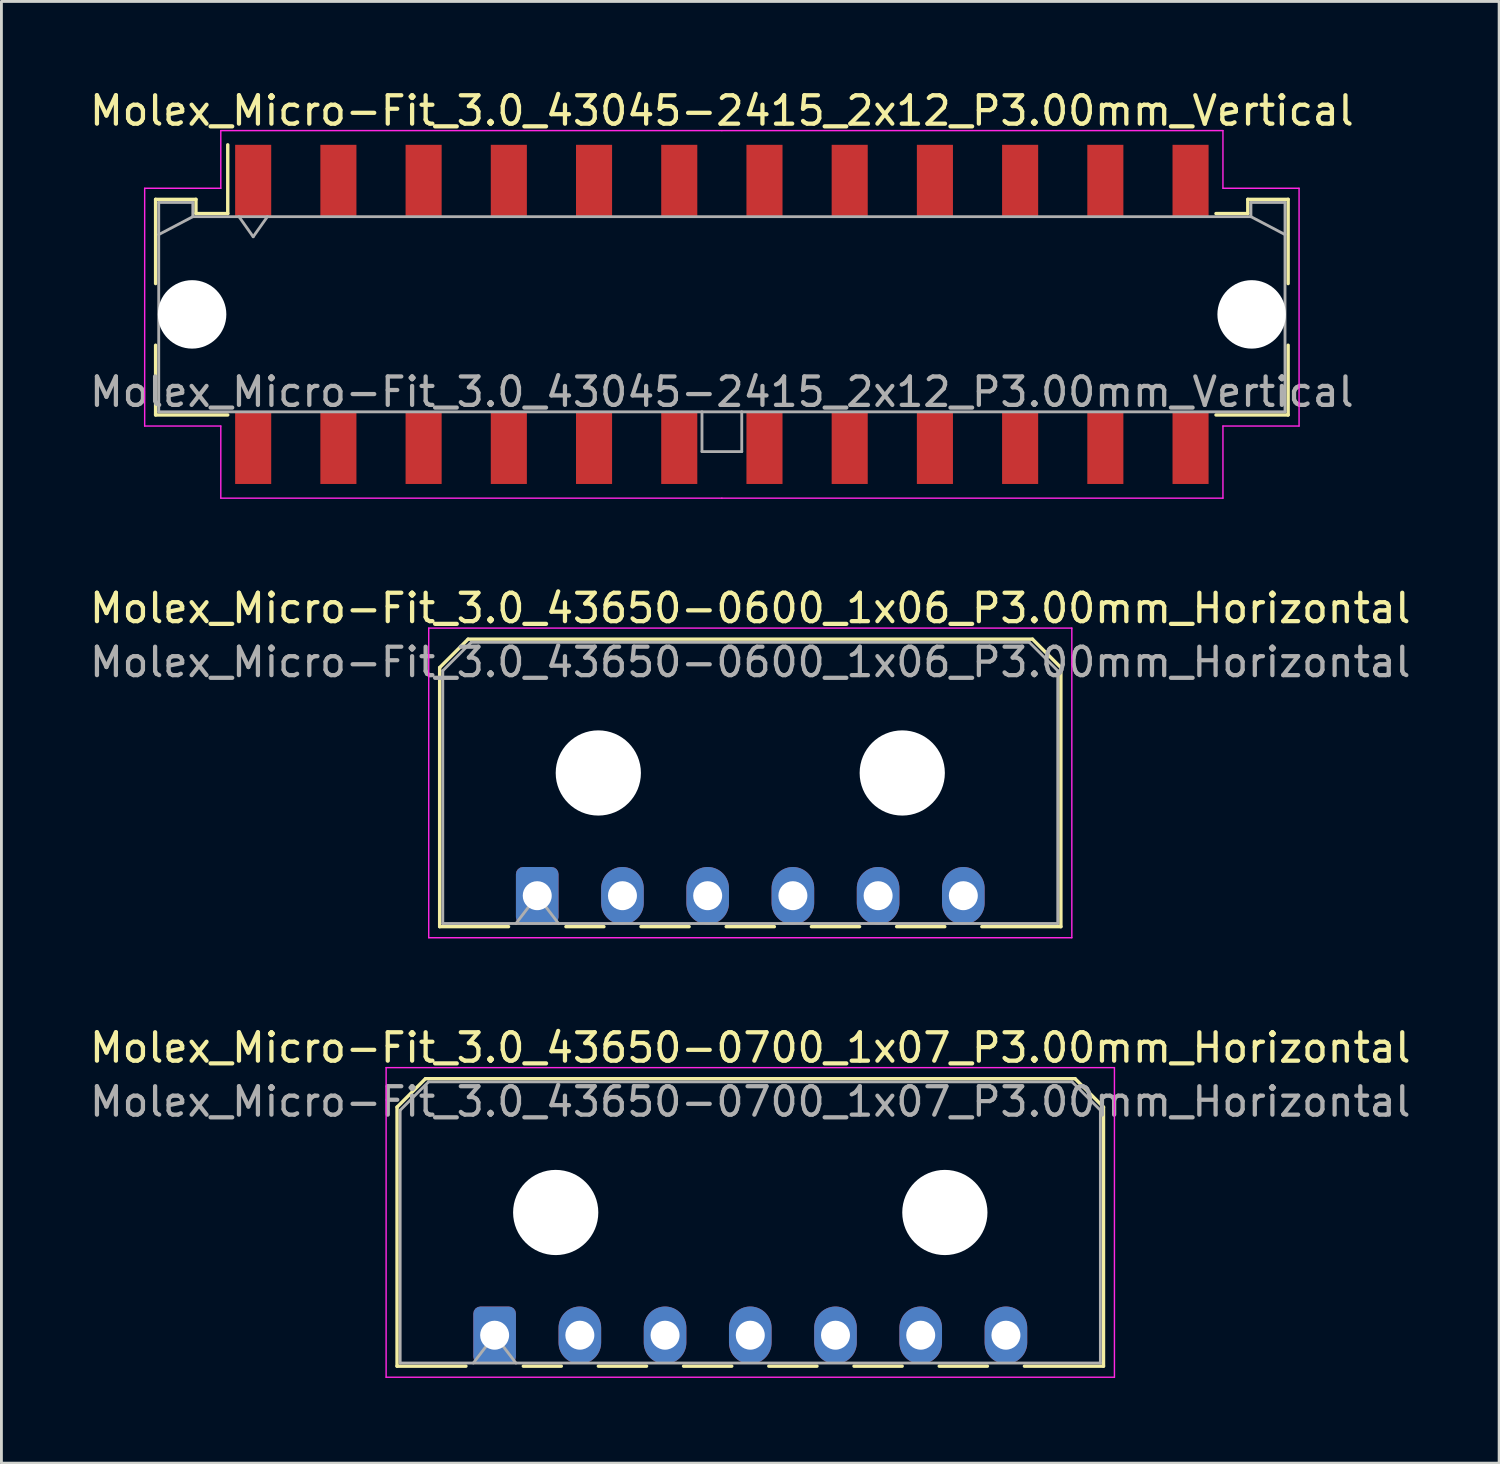
<source format=kicad_pcb>
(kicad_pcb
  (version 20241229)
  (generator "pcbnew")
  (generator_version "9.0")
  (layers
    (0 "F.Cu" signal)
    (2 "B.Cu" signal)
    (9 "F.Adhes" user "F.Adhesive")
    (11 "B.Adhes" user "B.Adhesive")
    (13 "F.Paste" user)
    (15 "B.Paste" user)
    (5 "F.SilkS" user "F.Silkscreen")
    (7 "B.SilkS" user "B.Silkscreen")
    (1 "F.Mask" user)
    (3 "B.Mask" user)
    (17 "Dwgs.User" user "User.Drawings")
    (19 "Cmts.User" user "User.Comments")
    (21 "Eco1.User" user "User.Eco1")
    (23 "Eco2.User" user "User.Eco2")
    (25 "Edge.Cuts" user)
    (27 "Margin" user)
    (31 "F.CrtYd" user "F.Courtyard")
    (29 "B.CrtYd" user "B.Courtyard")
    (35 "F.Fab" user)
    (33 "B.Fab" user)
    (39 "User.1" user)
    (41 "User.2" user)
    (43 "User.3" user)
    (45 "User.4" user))
  (footprint "Molex_Micro-Fit_3.0_43650-0600_1x06_P3.00mm_Horizontal"
    (layer "F.Cu")
    (at 15.863 28.482)
    (property "Reference" "Molex_Micro-Fit_3.0_43650-0600_1x06_P3.00mm_Horizontal" (at 7.5 -10.12 0) (layer "F.SilkS") (effects (font (size 1 1) (thickness 0.15))))
    (attr through_hole)
    (fp_line (start -3.435 -8.03) (end -2.435 -9.03) (stroke (width 0.12) (type solid)) (layer "F.SilkS"))
    (fp_line (start -3.435 1.09) (end -3.435 -8.03) (stroke (width 0.12) (type solid)) (layer "F.SilkS"))
    (fp_line (start -3.435 1.09) (end -1.01 1.09) (stroke (width 0.12) (type solid)) (layer "F.SilkS"))
    (fp_line (start -2.435 -9.03) (end 17.435 -9.03) (stroke (width 0.12) (type solid)) (layer "F.SilkS"))
    (fp_line (start 1.01 1.09) (end 2.348 1.09) (stroke (width 0.12) (type solid)) (layer "F.SilkS"))
    (fp_line (start 3.652 1.09) (end 5.348 1.09) (stroke (width 0.12) (type solid)) (layer "F.SilkS"))
    (fp_line (start 6.652 1.09) (end 8.348 1.09) (stroke (width 0.12) (type solid)) (layer "F.SilkS"))
    (fp_line (start 9.652 1.09) (end 11.348 1.09) (stroke (width 0.12) (type solid)) (layer "F.SilkS"))
    (fp_line (start 12.652 1.09) (end 14.348 1.09) (stroke (width 0.12) (type solid)) (layer "F.SilkS"))
    (fp_line (start 17.435 -9.03) (end 18.435 -8.03) (stroke (width 0.12) (type solid)) (layer "F.SilkS"))
    (fp_line (start 18.435 -8.03) (end 18.435 1.09) (stroke (width 0.12) (type solid)) (layer "F.SilkS"))
    (fp_line (start 18.435 1.09) (end 15.652 1.09) (stroke (width 0.12) (type solid)) (layer "F.SilkS"))
    (fp_line (start -3.82 -9.42) (end 18.82 -9.42) (stroke (width 0.05) (type solid)) (layer "F.CrtYd"))
    (fp_line (start -3.82 1.48) (end -3.82 -9.42) (stroke (width 0.05) (type solid)) (layer "F.CrtYd"))
    (fp_line (start 18.82 -9.42) (end 18.82 1.48) (stroke (width 0.05) (type solid)) (layer "F.CrtYd"))
    (fp_line (start 18.82 1.48) (end -3.82 1.48) (stroke (width 0.05) (type solid)) (layer "F.CrtYd"))
    (fp_line (start -3.325 -7.92) (end -2.325 -8.92) (stroke (width 0.1) (type solid)) (layer "F.Fab"))
    (fp_line (start -3.325 0.98) (end -3.325 -7.92) (stroke (width 0.1) (type solid)) (layer "F.Fab"))
    (fp_line (start -2.325 -8.92) (end 17.325 -8.92) (stroke (width 0.1) (type solid)) (layer "F.Fab"))
    (fp_line (start -0.75 0.98) (end 0 0) (stroke (width 0.1) (type solid)) (layer "F.Fab"))
    (fp_line (start 0 0) (end 0.75 0.98) (stroke (width 0.1) (type solid)) (layer "F.Fab"))
    (fp_line (start 17.325 -8.92) (end 18.325 -7.92) (stroke (width 0.1) (type solid)) (layer "F.Fab"))
    (fp_line (start 18.325 -7.92) (end 18.325 0.98) (stroke (width 0.1) (type solid)) (layer "F.Fab"))
    (fp_line (start 18.325 0.98) (end -3.325 0.98) (stroke (width 0.1) (type solid)) (layer "F.Fab"))
    (fp_text user "${REFERENCE}" (at 7.5 -8.22 0) (layer "F.Fab") (effects (font (size 1 1) (thickness 0.15))))
    (pad "" np_thru_hole circle (at 2.15 -4.32) (size 3 3) (drill 3) (layers "*.Cu" "*.Mask"))
    (pad "" np_thru_hole circle (at 12.85 -4.32) (size 3 3) (drill 3) (layers "*.Cu" "*.Mask"))
    (pad "1" thru_hole roundrect (at 0 0) (size 1.5 2.02) (drill 1.02) (layers "*.Cu" "*.Mask") (roundrect_rratio 0.167))
    (pad "2" thru_hole oval (at 3 0) (size 1.5 2.02) (drill 1.02) (layers "*.Cu" "*.Mask"))
    (pad "3" thru_hole oval (at 6 0) (size 1.5 2.02) (drill 1.02) (layers "*.Cu" "*.Mask"))
    (pad "4" thru_hole oval (at 9 0) (size 1.5 2.02) (drill 1.02) (layers "*.Cu" "*.Mask"))
    (pad "5" thru_hole oval (at 12 0) (size 1.5 2.02) (drill 1.02) (layers "*.Cu" "*.Mask"))
    (pad "6" thru_hole oval (at 15 0) (size 1.5 2.02) (drill 1.02) (layers "*.Cu" "*.Mask")))
  (footprint "Molex_Micro-Fit_3.0_43650-0700_1x07_P3.00mm_Horizontal"
    (layer "F.Cu")
    (at 14.363 43.955)
    (property "Reference" "Molex_Micro-Fit_3.0_43650-0700_1x07_P3.00mm_Horizontal" (at 9 -10.12 0) (layer "F.SilkS") (effects (font (size 1 1) (thickness 0.15))))
    (attr through_hole)
    (fp_line (start -3.435 -8.03) (end -2.435 -9.03) (stroke (width 0.12) (type solid)) (layer "F.SilkS"))
    (fp_line (start -3.435 1.09) (end -3.435 -8.03) (stroke (width 0.12) (type solid)) (layer "F.SilkS"))
    (fp_line (start -3.435 1.09) (end -1.01 1.09) (stroke (width 0.12) (type solid)) (layer "F.SilkS"))
    (fp_line (start -2.435 -9.03) (end 20.435 -9.03) (stroke (width 0.12) (type solid)) (layer "F.SilkS"))
    (fp_line (start 1.01 1.09) (end 2.348 1.09) (stroke (width 0.12) (type solid)) (layer "F.SilkS"))
    (fp_line (start 3.652 1.09) (end 5.348 1.09) (stroke (width 0.12) (type solid)) (layer "F.SilkS"))
    (fp_line (start 6.652 1.09) (end 8.348 1.09) (stroke (width 0.12) (type solid)) (layer "F.SilkS"))
    (fp_line (start 9.652 1.09) (end 11.348 1.09) (stroke (width 0.12) (type solid)) (layer "F.SilkS"))
    (fp_line (start 12.652 1.09) (end 14.348 1.09) (stroke (width 0.12) (type solid)) (layer "F.SilkS"))
    (fp_line (start 15.652 1.09) (end 17.348 1.09) (stroke (width 0.12) (type solid)) (layer "F.SilkS"))
    (fp_line (start 20.435 -9.03) (end 21.435 -8.03) (stroke (width 0.12) (type solid)) (layer "F.SilkS"))
    (fp_line (start 21.435 -8.03) (end 21.435 1.09) (stroke (width 0.12) (type solid)) (layer "F.SilkS"))
    (fp_line (start 21.435 1.09) (end 18.652 1.09) (stroke (width 0.12) (type solid)) (layer "F.SilkS"))
    (fp_line (start -3.82 -9.42) (end 21.82 -9.42) (stroke (width 0.05) (type solid)) (layer "F.CrtYd"))
    (fp_line (start -3.82 1.48) (end -3.82 -9.42) (stroke (width 0.05) (type solid)) (layer "F.CrtYd"))
    (fp_line (start 21.82 -9.42) (end 21.82 1.48) (stroke (width 0.05) (type solid)) (layer "F.CrtYd"))
    (fp_line (start 21.82 1.48) (end -3.82 1.48) (stroke (width 0.05) (type solid)) (layer "F.CrtYd"))
    (fp_line (start -3.325 -7.92) (end -2.325 -8.92) (stroke (width 0.1) (type solid)) (layer "F.Fab"))
    (fp_line (start -3.325 0.98) (end -3.325 -7.92) (stroke (width 0.1) (type solid)) (layer "F.Fab"))
    (fp_line (start -2.325 -8.92) (end 20.325 -8.92) (stroke (width 0.1) (type solid)) (layer "F.Fab"))
    (fp_line (start -0.75 0.98) (end 0 0) (stroke (width 0.1) (type solid)) (layer "F.Fab"))
    (fp_line (start 0 0) (end 0.75 0.98) (stroke (width 0.1) (type solid)) (layer "F.Fab"))
    (fp_line (start 20.325 -8.92) (end 21.325 -7.92) (stroke (width 0.1) (type solid)) (layer "F.Fab"))
    (fp_line (start 21.325 -7.92) (end 21.325 0.98) (stroke (width 0.1) (type solid)) (layer "F.Fab"))
    (fp_line (start 21.325 0.98) (end -3.325 0.98) (stroke (width 0.1) (type solid)) (layer "F.Fab"))
    (fp_text user "${REFERENCE}" (at 9 -8.22 0) (layer "F.Fab") (effects (font (size 1 1) (thickness 0.15))))
    (pad "" np_thru_hole circle (at 2.15 -4.32) (size 3 3) (drill 3) (layers "*.Cu" "*.Mask"))
    (pad "" np_thru_hole circle (at 15.85 -4.32) (size 3 3) (drill 3) (layers "*.Cu" "*.Mask"))
    (pad "1" thru_hole roundrect (at 0 0) (size 1.5 2.02) (drill 1.02) (layers "*.Cu" "*.Mask") (roundrect_rratio 0.167))
    (pad "2" thru_hole oval (at 3 0) (size 1.5 2.02) (drill 1.02) (layers "*.Cu" "*.Mask"))
    (pad "3" thru_hole oval (at 6 0) (size 1.5 2.02) (drill 1.02) (layers "*.Cu" "*.Mask"))
    (pad "4" thru_hole oval (at 9 0) (size 1.5 2.02) (drill 1.02) (layers "*.Cu" "*.Mask"))
    (pad "5" thru_hole oval (at 12 0) (size 1.5 2.02) (drill 1.02) (layers "*.Cu" "*.Mask"))
    (pad "6" thru_hole oval (at 15 0) (size 1.5 2.02) (drill 1.02) (layers "*.Cu" "*.Mask"))
    (pad "7" thru_hole oval (at 18 0) (size 1.5 2.02) (drill 1.02) (layers "*.Cu" "*.Mask")))
  (footprint "Molex_Micro-Fit_3.0_43045-2415_2x12_P3.00mm_Vertical"
    (layer "F.Cu")
    (at 22.363 8.018)
    (property "Reference" "Molex_Micro-Fit_3.0_43045-2415_2x12_P3.00mm_Vertical" (at 0 -7.17 0) (layer "F.SilkS") (effects (font (size 1 1) (thickness 0.15))))
    (attr smd)
    (fp_line (start -19.935 -4.05) (end -18.515 -4.05) (stroke (width 0.12) (type solid)) (layer "F.SilkS"))
    (fp_line (start -19.935 -1.085) (end -19.935 -4.05) (stroke (width 0.12) (type solid)) (layer "F.SilkS"))
    (fp_line (start -19.935 1.085) (end -19.935 3.54) (stroke (width 0.12) (type solid)) (layer "F.SilkS"))
    (fp_line (start -19.935 3.54) (end -17.395 3.54) (stroke (width 0.12) (type solid)) (layer "F.SilkS"))
    (fp_line (start -18.515 -4.05) (end -18.515 -3.55) (stroke (width 0.12) (type solid)) (layer "F.SilkS"))
    (fp_line (start -18.515 -3.55) (end -17.395 -3.55) (stroke (width 0.12) (type solid)) (layer "F.SilkS"))
    (fp_line (start -17.395 -3.55) (end -17.395 -5.97) (stroke (width 0.12) (type solid)) (layer "F.SilkS"))
    (fp_line (start 18.515 -4.05) (end 18.515 -3.55) (stroke (width 0.12) (type solid)) (layer "F.SilkS"))
    (fp_line (start 18.515 -3.55) (end 17.395 -3.55) (stroke (width 0.12) (type solid)) (layer "F.SilkS"))
    (fp_line (start 19.935 -4.05) (end 18.515 -4.05) (stroke (width 0.12) (type solid)) (layer "F.SilkS"))
    (fp_line (start 19.935 -1.085) (end 19.935 -4.05) (stroke (width 0.12) (type solid)) (layer "F.SilkS"))
    (fp_line (start 19.935 1.085) (end 19.935 3.54) (stroke (width 0.12) (type solid)) (layer "F.SilkS"))
    (fp_line (start 19.935 3.54) (end 17.395 3.54) (stroke (width 0.12) (type solid)) (layer "F.SilkS"))
    (fp_line (start -20.32 -4.44) (end -20.32 3.93) (stroke (width 0.05) (type solid)) (layer "F.CrtYd"))
    (fp_line (start -20.32 3.93) (end -17.64 3.93) (stroke (width 0.05) (type solid)) (layer "F.CrtYd"))
    (fp_line (start -17.64 -6.47) (end -17.64 -4.44) (stroke (width 0.05) (type solid)) (layer "F.CrtYd"))
    (fp_line (start -17.64 -4.44) (end -20.32 -4.44) (stroke (width 0.05) (type solid)) (layer "F.CrtYd"))
    (fp_line (start -17.64 3.93) (end -17.64 6.47) (stroke (width 0.05) (type solid)) (layer "F.CrtYd"))
    (fp_line (start -17.64 6.47) (end 0 6.47) (stroke (width 0.05) (type solid)) (layer "F.CrtYd"))
    (fp_line (start 0 -6.47) (end -17.64 -6.47) (stroke (width 0.05) (type solid)) (layer "F.CrtYd"))
    (fp_line (start 0 -6.47) (end 17.64 -6.47) (stroke (width 0.05) (type solid)) (layer "F.CrtYd"))
    (fp_line (start 17.64 -6.47) (end 17.64 -4.44) (stroke (width 0.05) (type solid)) (layer "F.CrtYd"))
    (fp_line (start 17.64 -4.44) (end 20.32 -4.44) (stroke (width 0.05) (type solid)) (layer "F.CrtYd"))
    (fp_line (start 17.64 3.93) (end 17.64 6.47) (stroke (width 0.05) (type solid)) (layer "F.CrtYd"))
    (fp_line (start 17.64 6.47) (end 0 6.47) (stroke (width 0.05) (type solid)) (layer "F.CrtYd"))
    (fp_line (start 20.32 -4.44) (end 20.32 3.93) (stroke (width 0.05) (type solid)) (layer "F.CrtYd"))
    (fp_line (start 20.32 3.93) (end 17.64 3.93) (stroke (width 0.05) (type solid)) (layer "F.CrtYd"))
    (fp_line (start -19.825 -3.94) (end -19.825 3.43) (stroke (width 0.1) (type solid)) (layer "F.Fab"))
    (fp_line (start -19.825 -2.81) (end -18.625 -3.44) (stroke (width 0.1) (type solid)) (layer "F.Fab"))
    (fp_line (start -19.825 3.43) (end 19.825 3.43) (stroke (width 0.1) (type solid)) (layer "F.Fab"))
    (fp_line (start -18.625 -3.94) (end -19.825 -3.94) (stroke (width 0.1) (type solid)) (layer "F.Fab"))
    (fp_line (start -18.625 -3.44) (end -18.625 -3.94) (stroke (width 0.1) (type solid)) (layer "F.Fab"))
    (fp_line (start -17 -3.44) (end -16.5 -2.733) (stroke (width 0.1) (type solid)) (layer "F.Fab"))
    (fp_line (start -16.5 -2.733) (end -16 -3.44) (stroke (width 0.1) (type solid)) (layer "F.Fab"))
    (fp_line (start -0.7 3.43) (end -0.7 4.83) (stroke (width 0.1) (type solid)) (layer "F.Fab"))
    (fp_line (start -0.7 4.83) (end 0.7 4.83) (stroke (width 0.1) (type solid)) (layer "F.Fab"))
    (fp_line (start 0.7 4.83) (end 0.7 3.43) (stroke (width 0.1) (type solid)) (layer "F.Fab"))
    (fp_line (start 18.625 -3.94) (end 18.625 -3.44) (stroke (width 0.1) (type solid)) (layer "F.Fab"))
    (fp_line (start 18.625 -3.44) (end -18.625 -3.44) (stroke (width 0.1) (type solid)) (layer "F.Fab"))
    (fp_line (start 19.825 -3.94) (end 18.625 -3.94) (stroke (width 0.1) (type solid)) (layer "F.Fab"))
    (fp_line (start 19.825 -2.81) (end 18.625 -3.44) (stroke (width 0.1) (type solid)) (layer "F.Fab"))
    (fp_line (start 19.825 3.43) (end 19.825 -3.94) (stroke (width 0.1) (type solid)) (layer "F.Fab"))
    (fp_text user "${REFERENCE}" (at 0 2.73 0) (layer "F.Fab") (effects (font (size 1 1) (thickness 0.15))))
    (pad "" np_thru_hole circle (at -18.65 0) (size 2.41 2.41) (drill 2.41) (layers "*.Cu" "*.Mask"))
    (pad "" np_thru_hole circle (at 18.65 0) (size 2.41 2.41) (drill 2.41) (layers "*.Cu" "*.Mask"))
    (pad "1" smd rect (at -16.5 -4.7) (size 1.27 2.54) (layers "F.Cu" "F.Mask" "F.Paste"))
    (pad "2" smd rect (at -13.5 -4.7) (size 1.27 2.54) (layers "F.Cu" "F.Mask" "F.Paste"))
    (pad "3" smd rect (at -10.5 -4.7) (size 1.27 2.54) (layers "F.Cu" "F.Mask" "F.Paste"))
    (pad "4" smd rect (at -7.5 -4.7) (size 1.27 2.54) (layers "F.Cu" "F.Mask" "F.Paste"))
    (pad "5" smd rect (at -4.5 -4.7) (size 1.27 2.54) (layers "F.Cu" "F.Mask" "F.Paste"))
    (pad "6" smd rect (at -1.5 -4.7) (size 1.27 2.54) (layers "F.Cu" "F.Mask" "F.Paste"))
    (pad "7" smd rect (at 1.5 -4.7) (size 1.27 2.54) (layers "F.Cu" "F.Mask" "F.Paste"))
    (pad "8" smd rect (at 4.5 -4.7) (size 1.27 2.54) (layers "F.Cu" "F.Mask" "F.Paste"))
    (pad "9" smd rect (at 7.5 -4.7) (size 1.27 2.54) (layers "F.Cu" "F.Mask" "F.Paste"))
    (pad "10" smd rect (at 10.5 -4.7) (size 1.27 2.54) (layers "F.Cu" "F.Mask" "F.Paste"))
    (pad "11" smd rect (at 13.5 -4.7) (size 1.27 2.54) (layers "F.Cu" "F.Mask" "F.Paste"))
    (pad "12" smd rect (at 16.5 -4.7) (size 1.27 2.54) (layers "F.Cu" "F.Mask" "F.Paste"))
    (pad "13" smd rect (at -16.5 4.7) (size 1.27 2.54) (layers "F.Cu" "F.Mask" "F.Paste"))
    (pad "14" smd rect (at -13.5 4.7) (size 1.27 2.54) (layers "F.Cu" "F.Mask" "F.Paste"))
    (pad "15" smd rect (at -10.5 4.7) (size 1.27 2.54) (layers "F.Cu" "F.Mask" "F.Paste"))
    (pad "16" smd rect (at -7.5 4.7) (size 1.27 2.54) (layers "F.Cu" "F.Mask" "F.Paste"))
    (pad "17" smd rect (at -4.5 4.7) (size 1.27 2.54) (layers "F.Cu" "F.Mask" "F.Paste"))
    (pad "18" smd rect (at -1.5 4.7) (size 1.27 2.54) (layers "F.Cu" "F.Mask" "F.Paste"))
    (pad "19" smd rect (at 1.5 4.7) (size 1.27 2.54) (layers "F.Cu" "F.Mask" "F.Paste"))
    (pad "20" smd rect (at 4.5 4.7) (size 1.27 2.54) (layers "F.Cu" "F.Mask" "F.Paste"))
    (pad "21" smd rect (at 7.5 4.7) (size 1.27 2.54) (layers "F.Cu" "F.Mask" "F.Paste"))
    (pad "22" smd rect (at 10.5 4.7) (size 1.27 2.54) (layers "F.Cu" "F.Mask" "F.Paste"))
    (pad "23" smd rect (at 13.5 4.7) (size 1.27 2.54) (layers "F.Cu" "F.Mask" "F.Paste"))
    (pad "24" smd rect (at 16.5 4.7) (size 1.27 2.54) (layers "F.Cu" "F.Mask" "F.Paste")))
  (gr_rect
    (start -3 -3)
    (end 49.726 48.46)
    (stroke (width 0.1) (type default))
    (fill no)
    (layer "Edge.Cuts")))
</source>
